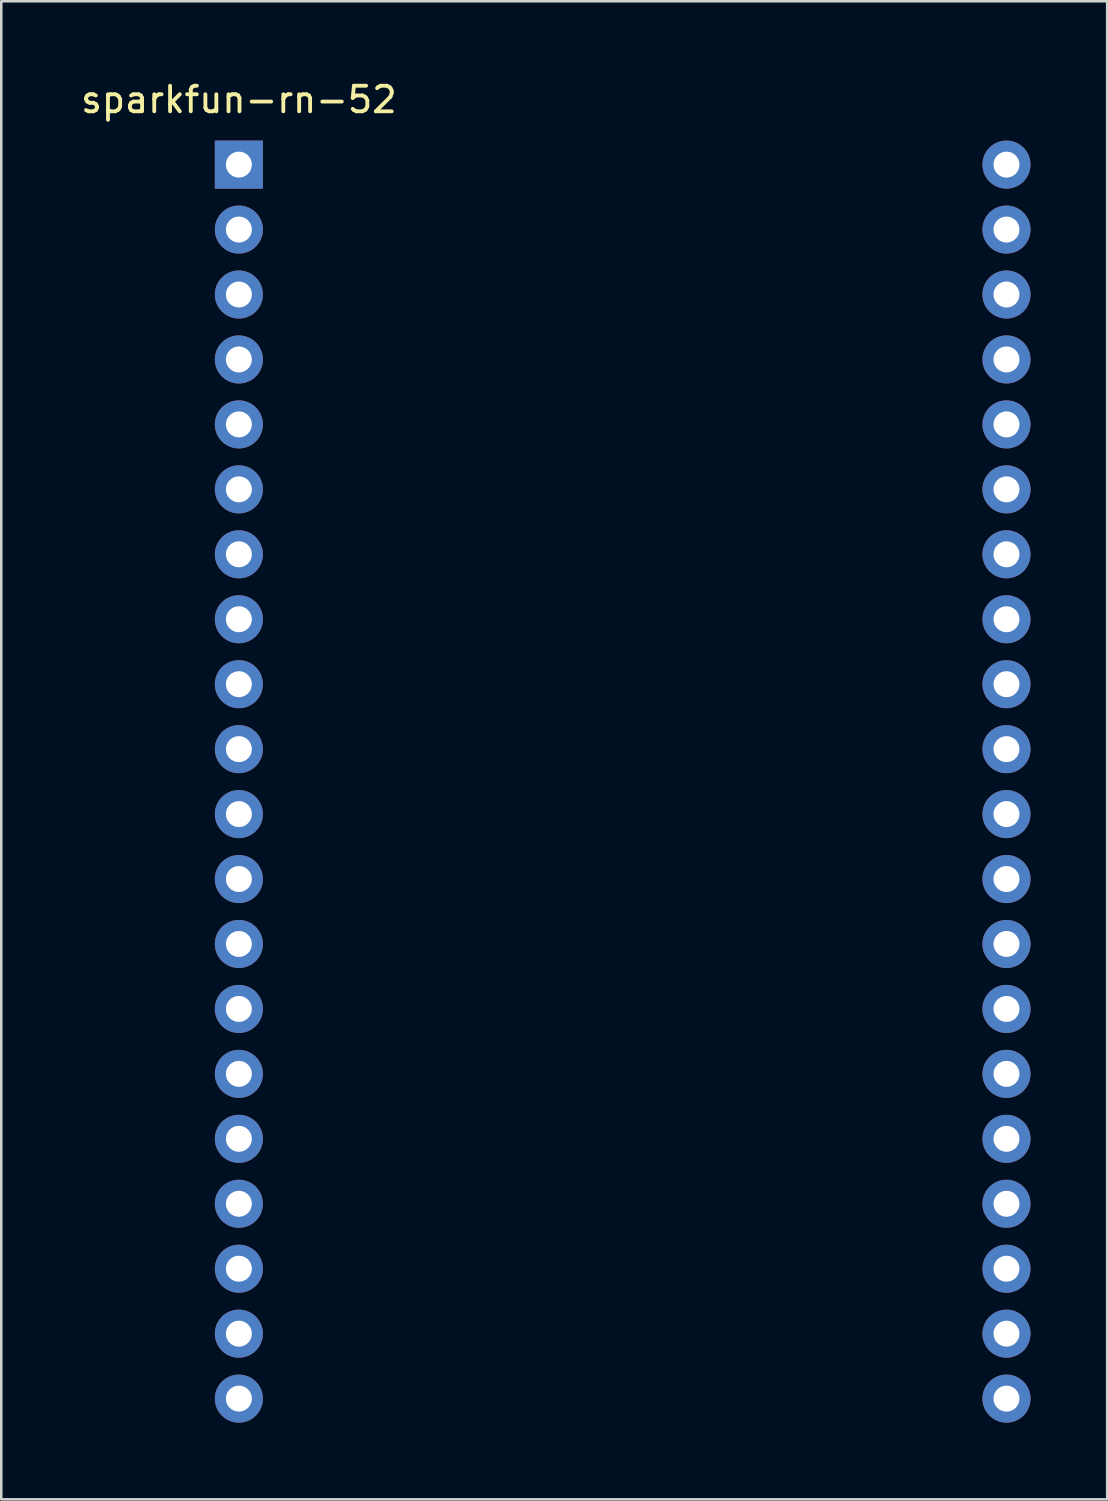
<source format=kicad_pcb>
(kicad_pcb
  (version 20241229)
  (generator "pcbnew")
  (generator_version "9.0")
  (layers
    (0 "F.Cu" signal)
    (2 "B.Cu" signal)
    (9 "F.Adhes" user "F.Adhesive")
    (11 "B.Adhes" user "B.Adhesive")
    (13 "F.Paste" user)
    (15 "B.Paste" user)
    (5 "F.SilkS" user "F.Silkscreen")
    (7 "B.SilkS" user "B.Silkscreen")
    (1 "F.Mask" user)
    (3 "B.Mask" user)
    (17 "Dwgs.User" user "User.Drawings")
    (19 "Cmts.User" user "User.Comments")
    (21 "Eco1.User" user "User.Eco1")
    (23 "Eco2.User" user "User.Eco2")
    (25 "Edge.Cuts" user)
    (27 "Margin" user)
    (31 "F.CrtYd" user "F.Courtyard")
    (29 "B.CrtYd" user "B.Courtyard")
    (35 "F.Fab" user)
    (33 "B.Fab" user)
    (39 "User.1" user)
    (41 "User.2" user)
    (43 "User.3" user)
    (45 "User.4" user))
  (footprint "sparkfun-rn-52"
    (layer "F.Cu")
    (at 6.292 3.388)
    (property "Reference" "sparkfun-rn-52" (at 0 -2.54 0) (layer "F.SilkS") (effects (font (size 1 1) (thickness 0.15))))
    (attr through_hole)
    (pad "1" thru_hole rect (at 0 0) (size 1.88 1.88) (drill 1.016) (layers "*.Cu" "*.Mask"))
    (pad "2" thru_hole circle (at 0 2.54) (size 1.88 1.88) (drill 1.016) (layers "*.Cu" "*.Mask"))
    (pad "3" thru_hole circle (at 0 5.08) (size 1.88 1.88) (drill 1.016) (layers "*.Cu" "*.Mask"))
    (pad "4" thru_hole circle (at 0 7.62) (size 1.88 1.88) (drill 1.016) (layers "*.Cu" "*.Mask"))
    (pad "5" thru_hole circle (at 0 10.16) (size 1.88 1.88) (drill 1.016) (layers "*.Cu" "*.Mask"))
    (pad "6" thru_hole circle (at 0 12.7) (size 1.88 1.88) (drill 1.016) (layers "*.Cu" "*.Mask"))
    (pad "7" thru_hole circle (at 0 15.24) (size 1.88 1.88) (drill 1.016) (layers "*.Cu" "*.Mask"))
    (pad "8" thru_hole circle (at 0 17.78) (size 1.88 1.88) (drill 1.016) (layers "*.Cu" "*.Mask"))
    (pad "9" thru_hole circle (at 0 20.32) (size 1.88 1.88) (drill 1.016) (layers "*.Cu" "*.Mask"))
    (pad "10" thru_hole circle (at 0 22.86) (size 1.88 1.88) (drill 1.016) (layers "*.Cu" "*.Mask"))
    (pad "11" thru_hole circle (at 0 25.4) (size 1.88 1.88) (drill 1.016) (layers "*.Cu" "*.Mask"))
    (pad "12" thru_hole circle (at 0 27.94) (size 1.88 1.88) (drill 1.016) (layers "*.Cu" "*.Mask"))
    (pad "13" thru_hole circle (at 0 30.48) (size 1.88 1.88) (drill 1.016) (layers "*.Cu" "*.Mask"))
    (pad "14" thru_hole circle (at 0 33.02) (size 1.88 1.88) (drill 1.016) (layers "*.Cu" "*.Mask"))
    (pad "15" thru_hole circle (at 0 35.56) (size 1.88 1.88) (drill 1.016) (layers "*.Cu" "*.Mask"))
    (pad "16" thru_hole circle (at 0 38.1) (size 1.88 1.88) (drill 1.016) (layers "*.Cu" "*.Mask"))
    (pad "17" thru_hole circle (at 0 40.64) (size 1.88 1.88) (drill 1.016) (layers "*.Cu" "*.Mask"))
    (pad "18" thru_hole circle (at 0 43.18) (size 1.88 1.88) (drill 1.016) (layers "*.Cu" "*.Mask"))
    (pad "19" thru_hole circle (at 0 45.72) (size 1.88 1.88) (drill 1.016) (layers "*.Cu" "*.Mask"))
    (pad "20" thru_hole circle (at 0 48.26) (size 1.88 1.88) (drill 1.016) (layers "*.Cu" "*.Mask"))
    (pad "21" thru_hole circle (at 30.02 48.26) (size 1.88 1.88) (drill 1.016) (layers "*.Cu" "*.Mask"))
    (pad "22" thru_hole circle (at 30.02 45.72) (size 1.88 1.88) (drill 1.016) (layers "*.Cu" "*.Mask"))
    (pad "23" thru_hole circle (at 30.02 43.18) (size 1.88 1.88) (drill 1.016) (layers "*.Cu" "*.Mask"))
    (pad "24" thru_hole circle (at 30.02 40.64) (size 1.88 1.88) (drill 1.016) (layers "*.Cu" "*.Mask"))
    (pad "25" thru_hole circle (at 30.02 38.1) (size 1.88 1.88) (drill 1.016) (layers "*.Cu" "*.Mask"))
    (pad "26" thru_hole circle (at 30.02 35.56) (size 1.88 1.88) (drill 1.016) (layers "*.Cu" "*.Mask"))
    (pad "27" thru_hole circle (at 30.02 33.02) (size 1.88 1.88) (drill 1.016) (layers "*.Cu" "*.Mask"))
    (pad "28" thru_hole circle (at 30.02 30.48) (size 1.88 1.88) (drill 1.016) (layers "*.Cu" "*.Mask"))
    (pad "29" thru_hole circle (at 30.02 27.94) (size 1.88 1.88) (drill 1.016) (layers "*.Cu" "*.Mask"))
    (pad "30" thru_hole circle (at 30.02 25.4) (size 1.88 1.88) (drill 1.016) (layers "*.Cu" "*.Mask"))
    (pad "31" thru_hole circle (at 30.02 22.86) (size 1.88 1.88) (drill 1.016) (layers "*.Cu" "*.Mask"))
    (pad "32" thru_hole circle (at 30.02 20.32) (size 1.88 1.88) (drill 1.016) (layers "*.Cu" "*.Mask"))
    (pad "33" thru_hole circle (at 30.02 17.78) (size 1.88 1.88) (drill 1.016) (layers "*.Cu" "*.Mask"))
    (pad "34" thru_hole circle (at 30.02 15.24) (size 1.88 1.88) (drill 1.016) (layers "*.Cu" "*.Mask"))
    (pad "35" thru_hole circle (at 30.02 12.7) (size 1.88 1.88) (drill 1.016) (layers "*.Cu" "*.Mask"))
    (pad "36" thru_hole circle (at 30.02 10.16) (size 1.88 1.88) (drill 1.016) (layers "*.Cu" "*.Mask"))
    (pad "37" thru_hole circle (at 30.02 7.62) (size 1.88 1.88) (drill 1.016) (layers "*.Cu" "*.Mask"))
    (pad "38" thru_hole circle (at 30.02 5.08) (size 1.88 1.88) (drill 1.016) (layers "*.Cu" "*.Mask"))
    (pad "39" thru_hole circle (at 30.02 2.54) (size 1.88 1.88) (drill 1.016) (layers "*.Cu" "*.Mask"))
    (pad "40" thru_hole circle (at 30.02 0) (size 1.88 1.88) (drill 1.016) (layers "*.Cu" "*.Mask")))
  (gr_rect
    (start -3 -3)
    (end 40.251 55.588)
    (stroke (width 0.1) (type default))
    (fill no)
    (layer "Edge.Cuts")))
</source>
